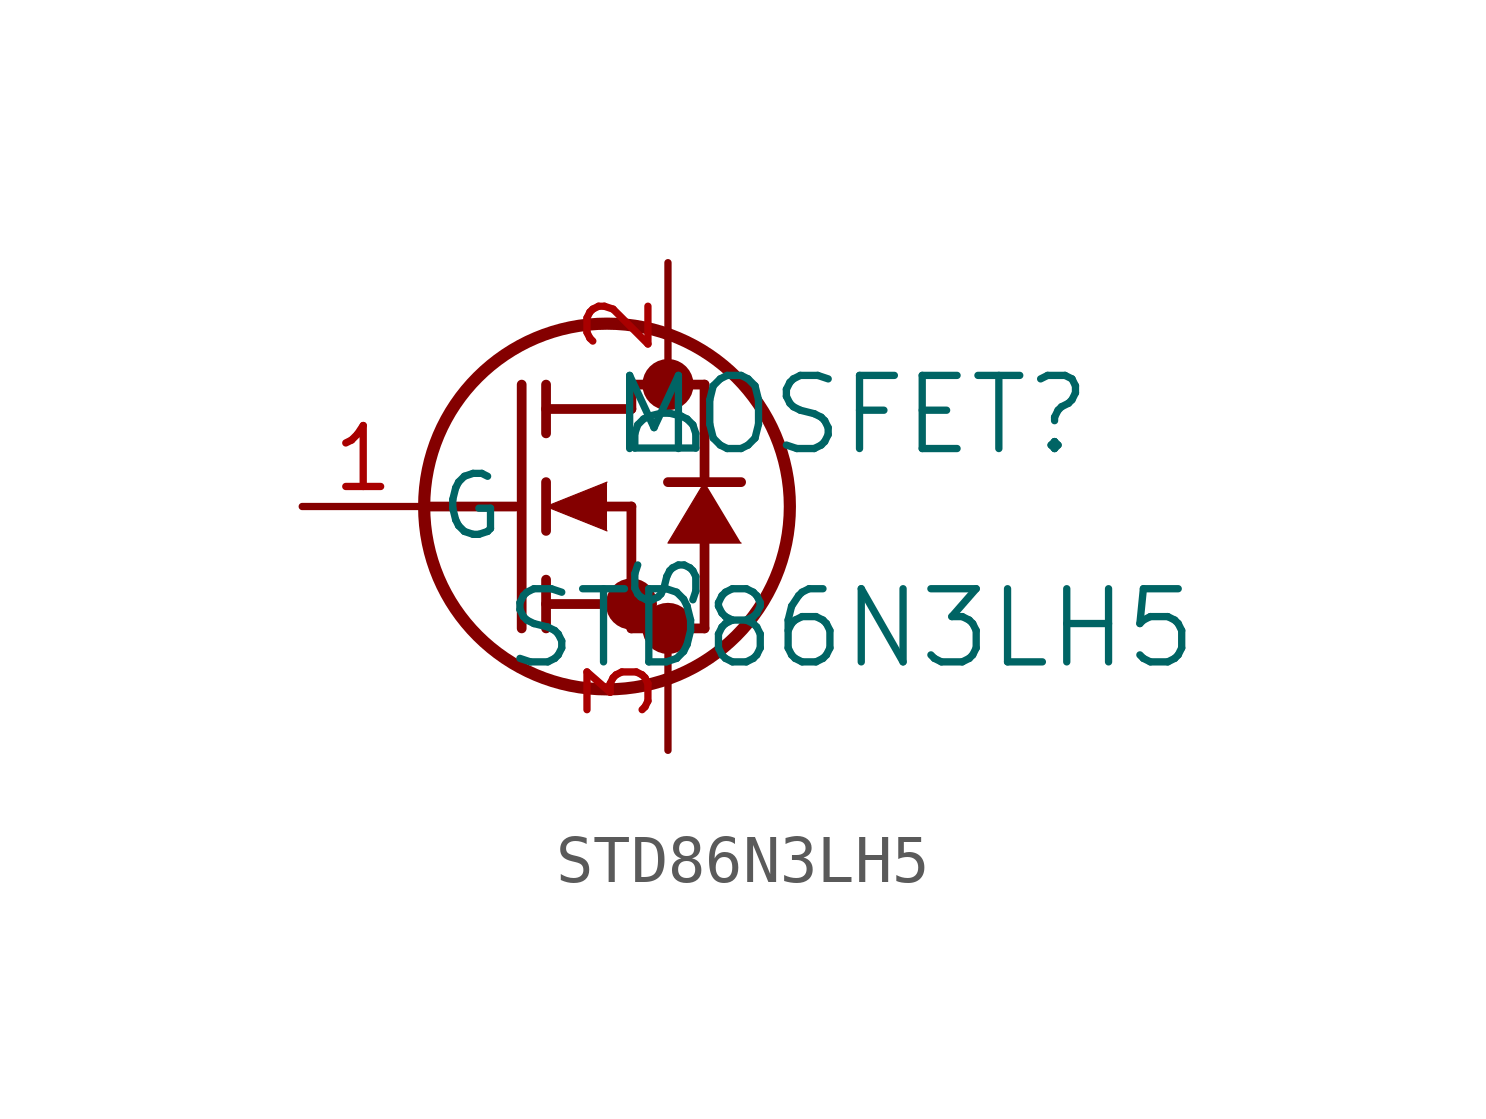
<source format=kicad_sym>
(kicad_symbol_lib
  (version 20211014)
  (generator kicad_symbol_editor)
  (symbol "STD86N3LH5"
    (pin_names
      (offset 0.254))
    (property "Reference" "MOSFET"
      (at 11.43 1.905 0)
      (effects (font (size 1.524 1.524))))
    (property "Value" "STD86N3LH5"
      (at 11.43 -2.54 0)
      (effects (font (size 1.524 1.524))))
    (symbol "STD86N3LH5_0_1"
      (circle (center 7.62 2.54) (radius 0.025) (stroke (width 0.508) (type default) (color 0 0 0 0)) (fill (type none)))
      (circle (center 7.62 -2.54) (radius 0.025) (stroke (width 0.508) (type default) (color 0 0 0 0)) (fill (type none)))
      (circle (center 6.858 -2.032) (radius 0.025) (stroke (width 0.508) (type default) (color 0 0 0 0)) (fill (type none)))
      (circle (center 6.35 0) (radius 3.81) (stroke (width 0.254) (type default) (color 0 0 0 0)) (fill (type none)))
      (polyline (pts (xy 2.54 0) (xy 4.445 0)) (stroke (width 0.203) (type default) (color 0 0 0 0)) (fill (type none)))
      (polyline (pts (xy 4.572 -2.54) (xy 4.572 2.54)) (stroke (width 0.203) (type default) (color 0 0 0 0)) (fill (type none)))
      (polyline (pts (xy 5.08 -0.508) (xy 5.08 0.508)) (stroke (width 0.203) (type default) (color 0 0 0 0)) (fill (type none)))
      (polyline (pts (xy 5.08 -2.54) (xy 5.08 -1.524)) (stroke (width 0.203) (type default) (color 0 0 0 0)) (fill (type none)))
      (polyline (pts (xy 5.08 1.524) (xy 5.08 2.54)) (stroke (width 0.203) (type default) (color 0 0 0 0)) (fill (type none)))
      (polyline (pts (xy 6.35 0) (xy 6.858 0)) (stroke (width 0.203) (type default) (color 0 0 0 0)) (fill (type none)))
      (polyline (pts (xy 5.08 -2.032) (xy 6.858 -2.032)) (stroke (width 0.203) (type default) (color 0 0 0 0)) (fill (type none)))
      (polyline (pts (xy 6.858 -2.54) (xy 6.858 0)) (stroke (width 0.203) (type default) (color 0 0 0 0)) (fill (type none)))
      (polyline (pts (xy 6.858 -2.54) (xy 8.382 -2.54)) (stroke (width 0.203) (type default) (color 0 0 0 0)) (fill (type none)))
      (polyline (pts (xy 5.08 2.032) (xy 6.858 2.032)) (stroke (width 0.203) (type default) (color 0 0 0 0)) (fill (type none)))
      (polyline (pts (xy 8.382 0.508) (xy 8.382 2.54)) (stroke (width 0.203) (type default) (color 0 0 0 0)) (fill (type none)))
      (polyline (pts (xy 6.35 0.508) (xy 5.08 0) (xy 6.35 -0.508)) (stroke (width 0.025) (type default) (color 0 0 0 0)) (fill (type outline)))
      (polyline (pts (xy 9.144 -0.762) (xy 7.62 -0.762) (xy 8.382 0.508)) (stroke (width 0.025) (type default) (color 0 0 0 0)) (fill (type outline)))
      (polyline (pts (xy 8.382 -2.54) (xy 8.382 -0.762)) (stroke (width 0.203) (type default) (color 0 0 0 0)) (fill (type none)))
      (polyline (pts (xy 9.144 0.508) (xy 7.62 0.508)) (stroke (width 0.203) (type default) (color 0 0 0 0)) (fill (type none)))
      (polyline (pts (xy 6.858 2.54) (xy 8.382 2.54)) (stroke (width 0.203) (type default) (color 0 0 0 0)) (fill (type none)))
      (polyline (pts (xy 6.858 2.032) (xy 6.858 2.54)) (stroke (width 0.203) (type default) (color 0 0 0 0)) (fill (type none)))
      (pin unspecified line (at 0 0 0) (length 2.54) (name "G" (effects (font (size 1.27 1.27)))) (number "1" (effects (font (size 1.27 1.27)))))
      (pin unspecified line (at 7.62 5.08 270) (length 2.54) (name "D" (effects (font (size 1.27 1.27)))) (number "2" (effects (font (size 1.27 1.27)))))
      (pin unspecified line (at 7.62 -5.08 90) (length 2.54) (name "S" (effects (font (size 1.27 1.27)))) (number "3" (effects (font (size 1.27 1.27))))))))
</source>
